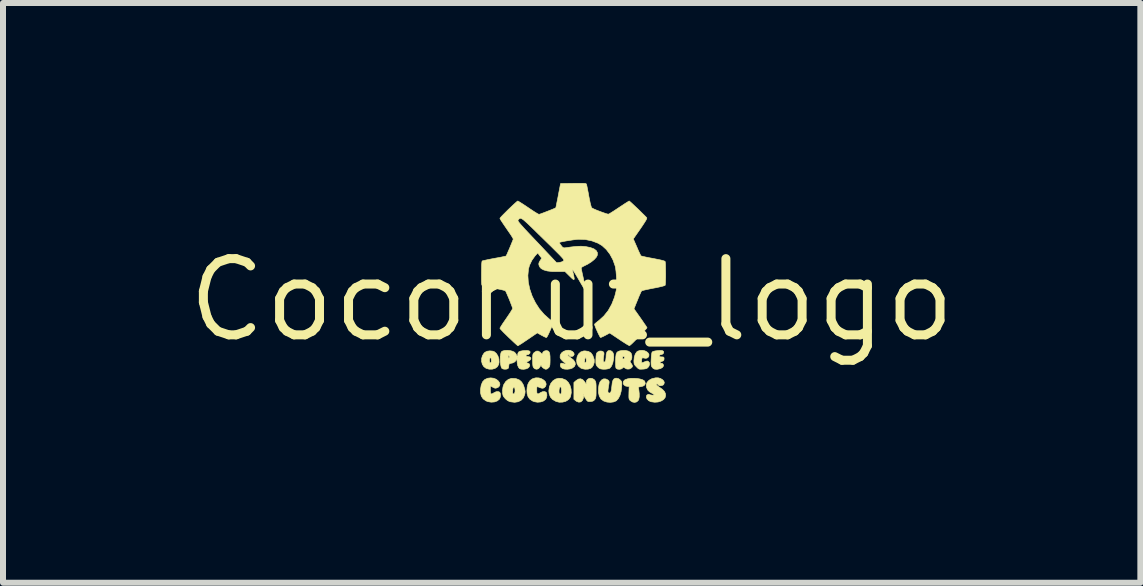
<source format=kicad_pcb>
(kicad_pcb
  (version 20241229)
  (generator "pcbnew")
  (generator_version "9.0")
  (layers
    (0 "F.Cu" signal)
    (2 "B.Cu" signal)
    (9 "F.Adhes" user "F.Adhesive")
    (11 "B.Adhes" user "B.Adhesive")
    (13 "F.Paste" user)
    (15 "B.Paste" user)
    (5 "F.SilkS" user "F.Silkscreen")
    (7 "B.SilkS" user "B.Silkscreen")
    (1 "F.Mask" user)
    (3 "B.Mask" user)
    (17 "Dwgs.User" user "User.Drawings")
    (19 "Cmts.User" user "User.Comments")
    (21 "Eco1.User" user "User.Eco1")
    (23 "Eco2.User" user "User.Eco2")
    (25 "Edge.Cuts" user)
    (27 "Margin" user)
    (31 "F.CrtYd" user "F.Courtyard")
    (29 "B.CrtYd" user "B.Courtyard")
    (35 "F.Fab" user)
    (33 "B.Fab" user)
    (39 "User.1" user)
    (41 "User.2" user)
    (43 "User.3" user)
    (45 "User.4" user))
  (footprint "Coconut_logo"
    (layer "F.Cu")
    (at 6.478 1.951)
    (property "Reference" "Coconut_logo" (at 0 0 0) (layer "F.SilkS") (effects (font (size 1.27 1.27) (thickness 0.15))))
    (attr through_hole)
    (fp_poly (pts (xy -0.274 0.394) (xy -0.274 0.397) (xy -0.282 0.409) (xy -0.285 0.411) (xy -0.295 0.406) (xy -0.296 0.397) (xy -0.291 0.384) (xy -0.285 0.383) (xy -0.274 0.394)) (stroke (width 0.01) (type solid)) (fill yes) (layer "F.SilkS"))
    (fp_poly (pts (xy -1.319 0.851) (xy -1.291 0.86) (xy -1.256 0.889) (xy -1.229 0.932) (xy -1.213 0.983) (xy -1.21 1.036) (xy -1.217 1.074) (xy -1.24 1.112) (xy -1.277 1.139) (xy -1.324 1.152) (xy -1.376 1.152) (xy -1.426 1.138) (xy -1.463 1.111) (xy -1.489 1.072) (xy -1.501 1.024) (xy -1.501 0.996) (xy -1.371 0.996) (xy -1.371 1.022) (xy -1.364 1.042) (xy -1.355 1.048) (xy -1.344 1.039) (xy -1.34 1.029) (xy -1.338 1.006) (xy -1.342 0.979) (xy -1.351 0.947) (xy -1.364 0.972) (xy -1.371 0.996) (xy -1.501 0.996) (xy -1.501 0.974) (xy -1.487 0.926) (xy -1.46 0.884) (xy -1.444 0.87) (xy -1.409 0.853) (xy -1.365 0.847) (xy -1.319 0.851)) (stroke (width 0.01) (type solid)) (fill yes) (layer "F.SilkS"))
    (fp_poly (pts (xy 0.277 0.855) (xy 0.32 0.879) (xy 0.351 0.921) (xy 0.372 0.98) (xy 0.376 0.995) (xy 0.376 1.038) (xy 0.363 1.082) (xy 0.341 1.118) (xy 0.317 1.138) (xy 0.274 1.151) (xy 0.224 1.153) (xy 0.176 1.144) (xy 0.151 1.133) (xy 0.111 1.099) (xy 0.088 1.057) (xy 0.085 1.027) (xy 0.214 1.027) (xy 0.217 1.036) (xy 0.229 1.048) (xy 0.238 1.04) (xy 0.243 1.015) (xy 0.243 1.006) (xy 0.241 0.978) (xy 0.235 0.96) (xy 0.233 0.958) (xy 0.226 0.963) (xy 0.219 0.981) (xy 0.214 1.005) (xy 0.214 1.027) (xy 0.085 1.027) (xy 0.082 1.007) (xy 0.09 0.947) (xy 0.113 0.9) (xy 0.149 0.866) (xy 0.196 0.849) (xy 0.221 0.847) (xy 0.277 0.855)) (stroke (width 0.01) (type solid)) (fill yes) (layer "F.SilkS"))
    (fp_poly (pts (xy 1.091 1.307) (xy 1.142 1.316) (xy 1.183 1.329) (xy 1.211 1.346) (xy 1.217 1.354) (xy 1.227 1.388) (xy 1.218 1.415) (xy 1.189 1.434) (xy 1.154 1.443) (xy 1.111 1.45) (xy 1.119 1.495) (xy 1.126 1.558) (xy 1.126 1.614) (xy 1.117 1.658) (xy 1.108 1.675) (xy 1.082 1.698) (xy 1.047 1.706) (xy 1.01 1.698) (xy 0.978 1.677) (xy 0.965 1.664) (xy 0.958 1.65) (xy 0.954 1.631) (xy 0.953 1.601) (xy 0.954 1.557) (xy 0.954 1.545) (xy 0.958 1.439) (xy 0.931 1.439) (xy 0.895 1.432) (xy 0.87 1.413) (xy 0.858 1.387) (xy 0.86 1.359) (xy 0.88 1.334) (xy 0.892 1.327) (xy 0.931 1.313) (xy 0.98 1.305) (xy 1.035 1.304) (xy 1.091 1.307)) (stroke (width 0.01) (type solid)) (fill yes) (layer "F.SilkS"))
    (fp_poly (pts (xy -0.162 1.307) (xy -0.106 1.329) (xy -0.094 1.336) (xy -0.055 1.374) (xy -0.027 1.425) (xy -0.01 1.484) (xy -0.007 1.545) (xy -0.018 1.604) (xy -0.026 1.623) (xy -0.055 1.66) (xy -0.098 1.687) (xy -0.15 1.701) (xy -0.207 1.703) (xy -0.26 1.69) (xy -0.316 1.659) (xy -0.355 1.616) (xy -0.376 1.561) (xy -0.381 1.514) (xy -0.211 1.514) (xy -0.21 1.542) (xy -0.205 1.559) (xy -0.188 1.568) (xy -0.176 1.558) (xy -0.17 1.529) (xy -0.169 1.516) (xy -0.172 1.476) (xy -0.178 1.452) (xy -0.188 1.445) (xy -0.2 1.458) (xy -0.2 1.458) (xy -0.208 1.483) (xy -0.211 1.514) (xy -0.381 1.514) (xy -0.381 1.513) (xy -0.372 1.447) (xy -0.349 1.391) (xy -0.314 1.347) (xy -0.269 1.317) (xy -0.217 1.303) (xy -0.162 1.307)) (stroke (width 0.01) (type solid)) (fill yes) (layer "F.SilkS"))
    (fp_poly (pts (xy -1.301 1.303) (xy -1.26 1.319) (xy -1.228 1.343) (xy -1.206 1.371) (xy -1.196 1.4) (xy -1.201 1.428) (xy -1.222 1.452) (xy -1.24 1.461) (xy -1.264 1.469) (xy -1.284 1.467) (xy -1.311 1.454) (xy -1.314 1.453) (xy -1.355 1.431) (xy -1.355 1.498) (xy -1.353 1.539) (xy -1.347 1.56) (xy -1.334 1.565) (xy -1.311 1.555) (xy -1.296 1.545) (xy -1.26 1.528) (xy -1.226 1.525) (xy -1.2 1.535) (xy -1.198 1.537) (xy -1.188 1.56) (xy -1.186 1.593) (xy -1.193 1.628) (xy -1.206 1.653) (xy -1.24 1.681) (xy -1.287 1.698) (xy -1.341 1.702) (xy -1.396 1.693) (xy -1.429 1.68) (xy -1.476 1.646) (xy -1.506 1.601) (xy -1.52 1.543) (xy -1.52 1.491) (xy -1.508 1.418) (xy -1.485 1.363) (xy -1.449 1.325) (xy -1.4 1.303) (xy -1.349 1.297) (xy -1.301 1.303)) (stroke (width 0.01) (type solid)) (fill yes) (layer "F.SilkS"))
    (fp_poly (pts (xy -0.94 1.308) (xy -0.918 1.313) (xy -0.87 1.333) (xy -0.833 1.367) (xy -0.805 1.415) (xy -0.793 1.451) (xy -0.781 1.493) (xy -0.776 1.523) (xy -0.778 1.55) (xy -0.783 1.576) (xy -0.805 1.63) (xy -0.843 1.67) (xy -0.892 1.695) (xy -0.951 1.704) (xy -1.018 1.696) (xy -1.034 1.692) (xy -1.069 1.675) (xy -1.105 1.645) (xy -1.133 1.611) (xy -1.144 1.59) (xy -1.152 1.55) (xy -1.152 1.522) (xy -0.984 1.522) (xy -0.983 1.551) (xy -0.977 1.563) (xy -0.966 1.564) (xy -0.952 1.554) (xy -0.945 1.529) (xy -0.944 1.519) (xy -0.945 1.485) (xy -0.951 1.461) (xy -0.961 1.452) (xy -0.973 1.46) (xy -0.974 1.46) (xy -0.98 1.481) (xy -0.984 1.512) (xy -0.984 1.522) (xy -1.152 1.522) (xy -1.152 1.5) (xy -1.145 1.449) (xy -1.134 1.413) (xy -1.099 1.358) (xy -1.055 1.322) (xy -1.002 1.305) (xy -0.94 1.308)) (stroke (width 0.01) (type solid)) (fill yes) (layer "F.SilkS"))
    (fp_poly (pts (xy 1.22 0.846) (xy 1.253 0.863) (xy 1.277 0.885) (xy 1.289 0.91) (xy 1.285 0.938) (xy 1.274 0.954) (xy 1.256 0.967) (xy 1.232 0.971) (xy 1.197 0.965) (xy 1.185 0.962) (xy 1.175 0.965) (xy 1.168 0.983) (xy 1.166 1.004) (xy 1.165 1.032) (xy 1.168 1.044) (xy 1.178 1.044) (xy 1.182 1.043) (xy 1.221 1.027) (xy 1.246 1.018) (xy 1.262 1.016) (xy 1.273 1.02) (xy 1.278 1.023) (xy 1.296 1.045) (xy 1.298 1.075) (xy 1.285 1.108) (xy 1.277 1.117) (xy 1.259 1.135) (xy 1.238 1.144) (xy 1.205 1.15) (xy 1.187 1.151) (xy 1.151 1.153) (xy 1.127 1.151) (xy 1.108 1.141) (xy 1.086 1.12) (xy 1.08 1.114) (xy 1.055 1.087) (xy 1.042 1.066) (xy 1.038 1.039) (xy 1.037 1.012) (xy 1.043 0.952) (xy 1.059 0.902) (xy 1.083 0.865) (xy 1.101 0.852) (xy 1.141 0.839) (xy 1.182 0.838) (xy 1.22 0.846)) (stroke (width 0.01) (type solid)) (fill yes) (layer "F.SilkS"))
    (fp_poly (pts (xy -0.545 1.298) (xy -0.499 1.313) (xy -0.46 1.338) (xy -0.435 1.366) (xy -0.425 1.401) (xy -0.433 1.435) (xy -0.455 1.459) (xy -0.461 1.463) (xy -0.477 1.469) (xy -0.492 1.47) (xy -0.513 1.465) (xy -0.545 1.453) (xy -0.564 1.445) (xy -0.574 1.443) (xy -0.579 1.45) (xy -0.582 1.472) (xy -0.582 1.502) (xy -0.581 1.541) (xy -0.574 1.561) (xy -0.56 1.565) (xy -0.536 1.553) (xy -0.524 1.545) (xy -0.488 1.528) (xy -0.453 1.525) (xy -0.427 1.535) (xy -0.425 1.537) (xy -0.415 1.56) (xy -0.413 1.594) (xy -0.421 1.629) (xy -0.434 1.654) (xy -0.469 1.682) (xy -0.515 1.698) (xy -0.569 1.703) (xy -0.623 1.694) (xy -0.653 1.682) (xy -0.698 1.651) (xy -0.727 1.611) (xy -0.743 1.558) (xy -0.746 1.508) (xy -0.742 1.453) (xy -0.732 1.41) (xy -0.721 1.383) (xy -0.693 1.341) (xy -0.657 1.314) (xy -0.608 1.298) (xy -0.59 1.296) (xy -0.545 1.298)) (stroke (width 0.01) (type solid)) (fill yes) (layer "F.SilkS"))
    (fp_poly (pts (xy 0.657 0.847) (xy 0.684 0.868) (xy 0.699 0.905) (xy 0.701 0.958) (xy 0.698 0.985) (xy 0.685 1.05) (xy 0.664 1.101) (xy 0.637 1.134) (xy 0.634 1.136) (xy 0.607 1.146) (xy 0.568 1.152) (xy 0.525 1.153) (xy 0.486 1.148) (xy 0.47 1.143) (xy 0.448 1.129) (xy 0.425 1.106) (xy 0.424 1.104) (xy 0.412 1.087) (xy 0.406 1.069) (xy 0.403 1.044) (xy 0.403 1.006) (xy 0.404 0.981) (xy 0.406 0.935) (xy 0.41 0.905) (xy 0.416 0.886) (xy 0.426 0.873) (xy 0.432 0.867) (xy 0.468 0.849) (xy 0.504 0.851) (xy 0.524 0.861) (xy 0.534 0.871) (xy 0.538 0.883) (xy 0.538 0.905) (xy 0.532 0.941) (xy 0.531 0.948) (xy 0.526 0.997) (xy 0.528 1.026) (xy 0.538 1.036) (xy 0.555 1.027) (xy 0.567 1.006) (xy 0.571 0.97) (xy 0.572 0.968) (xy 0.575 0.908) (xy 0.587 0.867) (xy 0.607 0.845) (xy 0.635 0.841) (xy 0.657 0.847)) (stroke (width 0.01) (type solid)) (fill yes) (layer "F.SilkS"))
    (fp_poly (pts (xy 0.783 1.311) (xy 0.809 1.331) (xy 0.824 1.347) (xy 0.832 1.362) (xy 0.836 1.382) (xy 0.835 1.413) (xy 0.833 1.445) (xy 0.824 1.522) (xy 0.805 1.588) (xy 0.778 1.641) (xy 0.746 1.677) (xy 0.742 1.68) (xy 0.698 1.698) (xy 0.644 1.705) (xy 0.587 1.7) (xy 0.533 1.682) (xy 0.531 1.681) (xy 0.488 1.649) (xy 0.46 1.601) (xy 0.446 1.54) (xy 0.447 1.467) (xy 0.456 1.408) (xy 0.473 1.362) (xy 0.501 1.33) (xy 0.534 1.313) (xy 0.571 1.315) (xy 0.604 1.332) (xy 0.617 1.344) (xy 0.623 1.356) (xy 0.624 1.374) (xy 0.62 1.404) (xy 0.616 1.428) (xy 0.608 1.478) (xy 0.604 1.512) (xy 0.605 1.533) (xy 0.611 1.544) (xy 0.619 1.549) (xy 0.638 1.549) (xy 0.653 1.531) (xy 0.663 1.495) (xy 0.669 1.44) (xy 0.676 1.381) (xy 0.687 1.34) (xy 0.704 1.315) (xy 0.728 1.303) (xy 0.745 1.302) (xy 0.783 1.311)) (stroke (width 0.01) (type solid)) (fill yes) (layer "F.SilkS"))
    (fp_poly (pts (xy -0.409 0.844) (xy -0.389 0.851) (xy -0.375 0.867) (xy -0.366 0.894) (xy -0.361 0.936) (xy -0.36 0.996) (xy -0.36 0.999) (xy -0.361 1.048) (xy -0.363 1.081) (xy -0.369 1.104) (xy -0.378 1.121) (xy -0.382 1.126) (xy -0.407 1.147) (xy -0.43 1.154) (xy -0.454 1.146) (xy -0.481 1.128) (xy -0.501 1.106) (xy -0.509 1.088) (xy -0.513 1.087) (xy -0.523 1.103) (xy -0.527 1.111) (xy -0.55 1.141) (xy -0.58 1.153) (xy -0.611 1.147) (xy -0.63 1.132) (xy -0.64 1.118) (xy -0.646 1.1) (xy -0.649 1.072) (xy -0.651 1.03) (xy -0.651 1.003) (xy -0.651 0.955) (xy -0.649 0.923) (xy -0.645 0.902) (xy -0.638 0.888) (xy -0.626 0.876) (xy -0.621 0.872) (xy -0.588 0.851) (xy -0.558 0.85) (xy -0.527 0.869) (xy -0.518 0.878) (xy -0.498 0.896) (xy -0.489 0.899) (xy -0.487 0.89) (xy -0.487 0.888) (xy -0.477 0.866) (xy -0.454 0.849) (xy -0.423 0.842) (xy -0.409 0.844)) (stroke (width 0.01) (type solid)) (fill yes) (layer "F.SilkS"))
    (fp_poly (pts (xy -0.017 0.842) (xy 0.014 0.858) (xy 0.035 0.88) (xy 0.042 0.904) (xy 0.031 0.928) (xy 0.03 0.929) (xy 0.009 0.94) (xy -0.016 0.941) (xy -0.035 0.931) (xy -0.039 0.926) (xy -0.049 0.913) (xy -0.06 0.912) (xy -0.064 0.921) (xy -0.055 0.932) (xy -0.034 0.949) (xy -0.011 0.966) (xy 0.032 1.001) (xy 0.056 1.038) (xy 0.061 1.073) (xy 0.047 1.106) (xy 0.012 1.133) (xy 0.011 1.134) (xy -0.026 1.147) (xy -0.071 1.153) (xy -0.115 1.151) (xy -0.15 1.143) (xy -0.153 1.141) (xy -0.18 1.12) (xy -0.19 1.093) (xy -0.19 1.083) (xy -0.185 1.059) (xy -0.166 1.051) (xy -0.137 1.059) (xy -0.113 1.065) (xy -0.098 1.064) (xy -0.098 1.064) (xy -0.098 1.054) (xy -0.104 1.05) (xy -0.129 1.036) (xy -0.156 1.011) (xy -0.18 0.984) (xy -0.192 0.961) (xy -0.193 0.959) (xy -0.191 0.918) (xy -0.171 0.883) (xy -0.137 0.856) (xy -0.091 0.839) (xy -0.055 0.836) (xy -0.017 0.842)) (stroke (width 0.01) (type solid)) (fill yes) (layer "F.SilkS"))
    (fp_poly (pts (xy 0.339 1.306) (xy 0.371 1.322) (xy 0.385 1.337) (xy 0.395 1.352) (xy 0.401 1.369) (xy 0.405 1.393) (xy 0.407 1.429) (xy 0.407 1.48) (xy 0.407 1.498) (xy 0.407 1.554) (xy 0.406 1.593) (xy 0.402 1.62) (xy 0.397 1.639) (xy 0.388 1.654) (xy 0.385 1.658) (xy 0.366 1.678) (xy 0.34 1.688) (xy 0.314 1.691) (xy 0.285 1.692) (xy 0.267 1.687) (xy 0.252 1.673) (xy 0.234 1.645) (xy 0.202 1.596) (xy 0.195 1.634) (xy 0.179 1.673) (xy 0.153 1.697) (xy 0.119 1.702) (xy 0.082 1.689) (xy 0.067 1.678) (xy 0.037 1.653) (xy 0.037 1.582) (xy 0.191 1.582) (xy 0.196 1.587) (xy 0.201 1.582) (xy 0.196 1.577) (xy 0.191 1.582) (xy 0.037 1.582) (xy 0.037 1.374) (xy 0.072 1.343) (xy 0.112 1.317) (xy 0.15 1.312) (xy 0.185 1.328) (xy 0.217 1.364) (xy 0.243 1.402) (xy 0.243 1.368) (xy 0.252 1.336) (xy 0.274 1.314) (xy 0.305 1.303) (xy 0.339 1.306)) (stroke (width 0.01) (type solid)) (fill yes) (layer "F.SilkS"))
    (fp_poly (pts (xy 1.502 0.841) (xy 1.512 0.843) (xy 1.531 0.855) (xy 1.534 0.874) (xy 1.525 0.893) (xy 1.505 0.906) (xy 1.485 0.91) (xy 1.465 0.917) (xy 1.46 0.929) (xy 1.466 0.941) (xy 1.484 0.947) (xy 1.5 0.947) (xy 1.526 0.949) (xy 1.537 0.956) (xy 1.54 0.976) (xy 1.54 0.979) (xy 1.536 1.002) (xy 1.522 1.015) (xy 1.505 1.021) (xy 1.482 1.031) (xy 1.471 1.043) (xy 1.471 1.044) (xy 1.478 1.053) (xy 1.485 1.052) (xy 1.506 1.054) (xy 1.524 1.069) (xy 1.531 1.091) (xy 1.53 1.099) (xy 1.511 1.125) (xy 1.477 1.143) (xy 1.432 1.153) (xy 1.414 1.154) (xy 1.381 1.151) (xy 1.359 1.14) (xy 1.344 1.124) (xy 1.333 1.109) (xy 1.327 1.092) (xy 1.324 1.069) (xy 1.323 1.034) (xy 1.325 0.988) (xy 1.328 0.936) (xy 1.333 0.895) (xy 1.339 0.87) (xy 1.342 0.865) (xy 1.359 0.856) (xy 1.39 0.848) (xy 1.429 0.843) (xy 1.469 0.84) (xy 1.502 0.841)) (stroke (width 0.01) (type solid)) (fill yes) (layer "F.SilkS"))
    (fp_poly (pts (xy 0.946 0.851) (xy 0.98 0.873) (xy 0.992 0.889) (xy 1.003 0.927) (xy 1.003 0.966) (xy 0.992 0.997) (xy 0.987 1.003) (xy 0.975 1.016) (xy 0.975 1.028) (xy 0.985 1.048) (xy 0.992 1.057) (xy 1.009 1.085) (xy 1.014 1.103) (xy 1.007 1.118) (xy 0.993 1.132) (xy 0.959 1.15) (xy 0.921 1.15) (xy 0.887 1.133) (xy 0.869 1.12) (xy 0.859 1.12) (xy 0.849 1.133) (xy 0.849 1.133) (xy 0.829 1.147) (xy 0.799 1.154) (xy 0.767 1.152) (xy 0.744 1.141) (xy 0.741 1.138) (xy 0.735 1.121) (xy 0.732 1.086) (xy 0.731 1.032) (xy 0.732 1.005) (xy 0.734 0.965) (xy 0.847 0.965) (xy 0.852 0.982) (xy 0.866 0.981) (xy 0.877 0.97) (xy 0.883 0.954) (xy 0.875 0.943) (xy 0.858 0.937) (xy 0.848 0.95) (xy 0.847 0.965) (xy 0.734 0.965) (xy 0.735 0.945) (xy 0.741 0.903) (xy 0.753 0.875) (xy 0.772 0.858) (xy 0.802 0.847) (xy 0.842 0.841) (xy 0.899 0.84) (xy 0.946 0.851)) (stroke (width 0.01) (type solid)) (fill yes) (layer "F.SilkS"))
    (fp_poly (pts (xy 1.442 1.296) (xy 1.482 1.308) (xy 1.514 1.327) (xy 1.536 1.351) (xy 1.544 1.378) (xy 1.535 1.404) (xy 1.529 1.412) (xy 1.507 1.424) (xy 1.479 1.428) (xy 1.455 1.424) (xy 1.443 1.413) (xy 1.43 1.399) (xy 1.422 1.397) (xy 1.408 1.401) (xy 1.413 1.414) (xy 1.435 1.434) (xy 1.465 1.455) (xy 1.515 1.491) (xy 1.547 1.525) (xy 1.563 1.56) (xy 1.566 1.587) (xy 1.557 1.626) (xy 1.53 1.659) (xy 1.49 1.683) (xy 1.44 1.699) (xy 1.384 1.703) (xy 1.325 1.695) (xy 1.317 1.693) (xy 1.282 1.676) (xy 1.257 1.65) (xy 1.244 1.622) (xy 1.247 1.595) (xy 1.255 1.583) (xy 1.277 1.571) (xy 1.29 1.573) (xy 1.315 1.581) (xy 1.343 1.585) (xy 1.366 1.585) (xy 1.376 1.58) (xy 1.376 1.58) (xy 1.367 1.57) (xy 1.345 1.556) (xy 1.333 1.55) (xy 1.3 1.531) (xy 1.274 1.507) (xy 1.269 1.501) (xy 1.246 1.455) (xy 1.243 1.41) (xy 1.258 1.37) (xy 1.29 1.336) (xy 1.338 1.31) (xy 1.399 1.296) (xy 1.442 1.296)) (stroke (width 0.01) (type solid)) (fill yes) (layer "F.SilkS"))
    (fp_poly (pts (xy -1.027 0.842) (xy -0.989 0.852) (xy -0.954 0.868) (xy -0.933 0.89) (xy -0.92 0.914) (xy -0.9 0.958) (xy -0.9 0.92) (xy -0.896 0.887) (xy -0.885 0.866) (xy -0.86 0.853) (xy -0.82 0.845) (xy -0.798 0.843) (xy -0.744 0.841) (xy -0.709 0.847) (xy -0.693 0.861) (xy -0.695 0.882) (xy -0.698 0.887) (xy -0.719 0.907) (xy -0.736 0.91) (xy -0.757 0.916) (xy -0.762 0.926) (xy -0.753 0.939) (xy -0.733 0.942) (xy -0.698 0.948) (xy -0.68 0.963) (xy -0.681 0.983) (xy -0.699 1.005) (xy -0.725 1.021) (xy -0.767 1.041) (xy -0.733 1.05) (xy -0.706 1.064) (xy -0.698 1.087) (xy -0.708 1.113) (xy -0.726 1.132) (xy -0.759 1.147) (xy -0.801 1.154) (xy -0.843 1.151) (xy -0.868 1.143) (xy -0.885 1.123) (xy -0.9 1.089) (xy -0.908 1.045) (xy -0.91 1.016) (xy -0.911 0.993) (xy -0.915 0.988) (xy -0.923 1) (xy -0.948 1.03) (xy -0.983 1.048) (xy -1.008 1.053) (xy -1.034 1.06) (xy -1.045 1.071) (xy -1.048 1.093) (xy -1.048 1.094) (xy -1.051 1.122) (xy -1.06 1.141) (xy -1.081 1.15) (xy -1.112 1.153) (xy -1.142 1.149) (xy -1.163 1.139) (xy -1.163 1.139) (xy -1.176 1.112) (xy -1.185 1.07) (xy -1.19 1.02) (xy -1.191 0.968) (xy -1.189 0.947) (xy -1.058 0.947) (xy -1.055 0.966) (xy -1.048 0.968) (xy -1.038 0.953) (xy -1.037 0.947) (xy -1.044 0.929) (xy -1.048 0.926) (xy -1.056 0.93) (xy -1.058 0.947) (xy -1.189 0.947) (xy -1.187 0.919) (xy -1.179 0.88) (xy -1.171 0.862) (xy -1.15 0.849) (xy -1.114 0.84) (xy -1.071 0.838) (xy -1.027 0.842)) (stroke (width 0.01) (type solid)) (fill yes) (layer "F.SilkS"))
    (fp_poly (pts (xy 0.194 -1.945) (xy 0.22 -1.944) (xy 0.235 -1.941) (xy 0.243 -1.936) (xy 0.247 -1.93) (xy 0.247 -1.929) (xy 0.251 -1.913) (xy 0.258 -1.88) (xy 0.267 -1.833) (xy 0.278 -1.777) (xy 0.286 -1.73) (xy 0.298 -1.671) (xy 0.309 -1.618) (xy 0.32 -1.576) (xy 0.328 -1.548) (xy 0.332 -1.539) (xy 0.348 -1.529) (xy 0.379 -1.514) (xy 0.419 -1.497) (xy 0.466 -1.479) (xy 0.512 -1.462) (xy 0.555 -1.447) (xy 0.589 -1.436) (xy 0.61 -1.432) (xy 0.614 -1.432) (xy 0.628 -1.439) (xy 0.656 -1.456) (xy 0.696 -1.481) (xy 0.743 -1.512) (xy 0.791 -1.544) (xy 0.843 -1.578) (xy 0.888 -1.608) (xy 0.925 -1.631) (xy 0.949 -1.646) (xy 0.959 -1.651) (xy 0.968 -1.644) (xy 0.99 -1.625) (xy 1.021 -1.596) (xy 1.058 -1.561) (xy 1.099 -1.523) (xy 1.14 -1.483) (xy 1.178 -1.445) (xy 1.212 -1.412) (xy 1.237 -1.387) (xy 1.251 -1.371) (xy 1.252 -1.369) (xy 1.25 -1.355) (xy 1.236 -1.327) (xy 1.209 -1.284) (xy 1.17 -1.225) (xy 1.144 -1.187) (xy 1.027 -1.019) (xy 1.087 -0.883) (xy 1.108 -0.833) (xy 1.128 -0.79) (xy 1.143 -0.758) (xy 1.152 -0.74) (xy 1.153 -0.738) (xy 1.166 -0.733) (xy 1.195 -0.726) (xy 1.239 -0.716) (xy 1.294 -0.705) (xy 1.354 -0.694) (xy 1.425 -0.68) (xy 1.483 -0.668) (xy 1.526 -0.657) (xy 1.551 -0.648) (xy 1.557 -0.644) (xy 1.56 -0.629) (xy 1.563 -0.596) (xy 1.564 -0.552) (xy 1.565 -0.499) (xy 1.566 -0.441) (xy 1.566 -0.385) (xy 1.564 -0.332) (xy 1.563 -0.289) (xy 1.56 -0.258) (xy 1.558 -0.246) (xy 1.545 -0.24) (xy 1.515 -0.231) (xy 1.47 -0.22) (xy 1.416 -0.208) (xy 1.362 -0.198) (xy 1.302 -0.186) (xy 1.248 -0.175) (xy 1.205 -0.165) (xy 1.176 -0.158) (xy 1.166 -0.153) (xy 1.157 -0.139) (xy 1.142 -0.106) (xy 1.121 -0.059) (xy 1.097 0.001) (xy 1.068 0.071) (xy 1.058 0.097) (xy 1.038 0.146) (xy 1.145 0.297) (xy 1.18 0.347) (xy 1.21 0.392) (xy 1.235 0.427) (xy 1.25 0.452) (xy 1.256 0.46) (xy 1.25 0.47) (xy 1.231 0.492) (xy 1.203 0.523) (xy 1.168 0.56) (xy 1.129 0.601) (xy 1.089 0.642) (xy 1.05 0.681) (xy 1.015 0.716) (xy 0.987 0.742) (xy 0.968 0.757) (xy 0.963 0.76) (xy 0.952 0.755) (xy 0.926 0.741) (xy 0.889 0.718) (xy 0.842 0.688) (xy 0.794 0.656) (xy 0.634 0.549) (xy 0.563 0.587) (xy 0.528 0.605) (xy 0.499 0.618) (xy 0.482 0.624) (xy 0.481 0.624) (xy 0.473 0.615) (xy 0.46 0.591) (xy 0.443 0.557) (xy 0.425 0.518) (xy 0.407 0.478) (xy 0.393 0.442) (xy 0.383 0.415) (xy 0.381 0.403) (xy 0.389 0.393) (xy 0.41 0.375) (xy 0.441 0.35) (xy 0.455 0.34) (xy 0.537 0.265) (xy 0.609 0.175) (xy 0.668 0.069) (xy 0.714 -0.048) (xy 0.731 -0.112) (xy 0.741 -0.155) (xy 0.747 -0.192) (xy 0.75 -0.232) (xy 0.75 -0.278) (xy 0.748 -0.338) (xy 0.748 -0.355) (xy 0.744 -0.418) (xy 0.739 -0.478) (xy 0.732 -0.53) (xy 0.725 -0.566) (xy 0.725 -0.566) (xy 0.688 -0.67) (xy 0.638 -0.763) (xy 0.577 -0.843) (xy 0.507 -0.907) (xy 0.441 -0.947) (xy 0.338 -0.986) (xy 0.228 -1.009) (xy 0.117 -1.013) (xy 0.098 -1.012) (xy 0.061 -1.008) (xy 0.015 -1.002) (xy -0.037 -0.994) (xy -0.088 -0.986) (xy -0.136 -0.977) (xy -0.175 -0.969) (xy -0.2 -0.963) (xy -0.208 -0.96) (xy -0.204 -0.95) (xy -0.19 -0.929) (xy -0.177 -0.911) (xy -0.156 -0.885) (xy -0.14 -0.873) (xy -0.121 -0.87) (xy -0.101 -0.872) (xy -0.015 -0.884) (xy 0.055 -0.892) (xy 0.111 -0.896) (xy 0.159 -0.897) (xy 0.202 -0.894) (xy 0.235 -0.891) (xy 0.313 -0.875) (xy 0.371 -0.853) (xy 0.41 -0.824) (xy 0.429 -0.789) (xy 0.428 -0.749) (xy 0.411 -0.715) (xy 0.376 -0.676) (xy 0.328 -0.637) (xy 0.27 -0.6) (xy 0.204 -0.567) (xy 0.204 -0.567) (xy 0.177 -0.553) (xy 0.161 -0.539) (xy 0.159 -0.535) (xy 0.161 -0.52) (xy 0.167 -0.489) (xy 0.176 -0.445) (xy 0.188 -0.392) (xy 0.196 -0.355) (xy 0.209 -0.297) (xy 0.219 -0.246) (xy 0.227 -0.205) (xy 0.23 -0.178) (xy 0.231 -0.17) (xy 0.224 -0.168) (xy 0.211 -0.184) (xy 0.197 -0.206) (xy 0.143 -0.298) (xy 0.099 -0.374) (xy 0.064 -0.433) (xy 0.038 -0.475) (xy 0.022 -0.499) (xy 0.015 -0.506) (xy 0.016 -0.494) (xy 0.02 -0.468) (xy 0.027 -0.439) (xy 0.038 -0.387) (xy 0.043 -0.355) (xy 0.039 -0.341) (xy 0.025 -0.345) (xy -0.000035 -0.366) (xy -0.035 -0.4) (xy -0.112 -0.476) (xy -0.233 -0.475) (xy -0.33 -0.476) (xy -0.407 -0.485) (xy -0.466 -0.502) (xy -0.509 -0.525) (xy -0.533 -0.553) (xy -0.547 -0.587) (xy -0.547 -0.616) (xy -0.531 -0.649) (xy -0.525 -0.659) (xy -0.499 -0.697) (xy -0.533 -0.741) (xy -0.566 -0.785) (xy -0.612 -0.734) (xy -0.664 -0.661) (xy -0.703 -0.579) (xy -0.72 -0.517) (xy -0.73 -0.409) (xy -0.723 -0.296) (xy -0.698 -0.181) (xy -0.659 -0.067) (xy -0.605 0.043) (xy -0.539 0.146) (xy -0.461 0.237) (xy -0.374 0.315) (xy -0.37 0.318) (xy -0.341 0.34) (xy -0.319 0.357) (xy -0.309 0.365) (xy -0.31 0.377) (xy -0.318 0.404) (xy -0.331 0.441) (xy -0.349 0.484) (xy -0.368 0.527) (xy -0.387 0.568) (xy -0.403 0.6) (xy -0.416 0.62) (xy -0.421 0.624) (xy -0.437 0.62) (xy -0.465 0.607) (xy -0.5 0.588) (xy -0.505 0.586) (xy -0.573 0.547) (xy -0.731 0.655) (xy -0.782 0.689) (xy -0.826 0.719) (xy -0.863 0.742) (xy -0.887 0.757) (xy -0.896 0.762) (xy -0.906 0.755) (xy -0.929 0.735) (xy -0.962 0.705) (xy -1.002 0.667) (xy -1.048 0.624) (xy -1.051 0.621) (xy -1.096 0.577) (xy -1.136 0.538) (xy -1.167 0.505) (xy -1.188 0.482) (xy -1.196 0.47) (xy -1.196 0.47) (xy -1.19 0.458) (xy -1.174 0.432) (xy -1.15 0.394) (xy -1.119 0.349) (xy -1.09 0.307) (xy -1.056 0.257) (xy -1.026 0.212) (xy -1.003 0.175) (xy -0.988 0.15) (xy -0.984 0.141) (xy -0.988 0.125) (xy -0.999 0.094) (xy -1.015 0.053) (xy -1.033 0.006) (xy -1.053 -0.042) (xy -1.072 -0.086) (xy -1.088 -0.123) (xy -1.1 -0.147) (xy -1.105 -0.155) (xy -1.119 -0.16) (xy -1.15 -0.168) (xy -1.194 -0.178) (xy -1.248 -0.189) (xy -1.286 -0.196) (xy -1.345 -0.206) (xy -1.398 -0.216) (xy -1.441 -0.225) (xy -1.47 -0.232) (xy -1.479 -0.234) (xy -1.487 -0.238) (xy -1.493 -0.244) (xy -1.498 -0.255) (xy -1.5 -0.274) (xy -1.502 -0.304) (xy -1.503 -0.348) (xy -1.503 -0.409) (xy -1.503 -0.444) (xy -1.502 -0.524) (xy -1.501 -0.584) (xy -1.498 -0.624) (xy -1.494 -0.647) (xy -1.491 -0.652) (xy -1.477 -0.656) (xy -1.446 -0.663) (xy -1.401 -0.673) (xy -1.346 -0.684) (xy -1.288 -0.695) (xy -1.227 -0.706) (xy -1.174 -0.716) (xy -1.132 -0.725) (xy -1.104 -0.731) (xy -1.094 -0.734) (xy -1.087 -0.746) (xy -1.074 -0.773) (xy -1.058 -0.811) (xy -1.038 -0.856) (xy -1.019 -0.902) (xy -1.001 -0.946) (xy -0.986 -0.983) (xy -0.976 -1.008) (xy -0.974 -1.018) (xy -0.98 -1.031) (xy -0.996 -1.058) (xy -1.02 -1.096) (xy -1.052 -1.142) (xy -1.085 -1.19) (xy -1.12 -1.241) (xy -1.151 -1.287) (xy -1.175 -1.324) (xy -1.176 -1.325) (xy -0.895 -1.325) (xy -0.892 -1.316) (xy -0.884 -1.302) (xy -0.869 -1.283) (xy -0.847 -1.257) (xy -0.816 -1.223) (xy -0.776 -1.178) (xy -0.724 -1.123) (xy -0.66 -1.055) (xy -0.583 -0.974) (xy -0.579 -0.97) (xy -0.251 -0.622) (xy -0.204 -0.627) (xy -0.17 -0.635) (xy -0.142 -0.648) (xy -0.137 -0.652) (xy -0.133 -0.657) (xy -0.131 -0.663) (xy -0.133 -0.671) (xy -0.139 -0.683) (xy -0.152 -0.699) (xy -0.172 -0.721) (xy -0.2 -0.751) (xy -0.238 -0.789) (xy -0.287 -0.838) (xy -0.347 -0.898) (xy -0.421 -0.97) (xy -0.476 -1.024) (xy -0.561 -1.107) (xy -0.631 -1.176) (xy -0.689 -1.232) (xy -0.736 -1.277) (xy -0.774 -1.311) (xy -0.803 -1.336) (xy -0.826 -1.352) (xy -0.843 -1.361) (xy -0.856 -1.363) (xy -0.867 -1.36) (xy -0.876 -1.353) (xy -0.885 -1.343) (xy -0.891 -1.337) (xy -0.894 -1.332) (xy -0.895 -1.325) (xy -1.176 -1.325) (xy -1.191 -1.35) (xy -1.196 -1.361) (xy -1.189 -1.372) (xy -1.169 -1.395) (xy -1.139 -1.426) (xy -1.102 -1.463) (xy -1.062 -1.503) (xy -1.02 -1.543) (xy -0.98 -1.581) (xy -0.945 -1.613) (xy -0.918 -1.637) (xy -0.901 -1.65) (xy -0.898 -1.651) (xy -0.886 -1.645) (xy -0.86 -1.629) (xy -0.822 -1.605) (xy -0.776 -1.575) (xy -0.724 -1.54) (xy -0.672 -1.505) (xy -0.625 -1.474) (xy -0.586 -1.45) (xy -0.558 -1.434) (xy -0.545 -1.429) (xy -0.531 -1.432) (xy -0.503 -1.442) (xy -0.465 -1.456) (xy -0.421 -1.473) (xy -0.375 -1.491) (xy -0.332 -1.508) (xy -0.296 -1.523) (xy -0.272 -1.534) (xy -0.264 -1.538) (xy -0.262 -1.549) (xy -0.256 -1.577) (xy -0.248 -1.619) (xy -0.237 -1.672) (xy -0.225 -1.734) (xy -0.224 -1.741) (xy -0.185 -1.942) (xy 0.029 -1.945) (xy 0.101 -1.946) (xy 0.155 -1.946) (xy 0.194 -1.945)) (stroke (width 0.01) (type solid)) (fill yes) (layer "F.SilkS")))
  (gr_rect
    (start -3 -3)
    (end 15.956 6.662)
    (stroke (width 0.1) (type default))
    (fill no)
    (layer "Edge.Cuts")))
</source>
